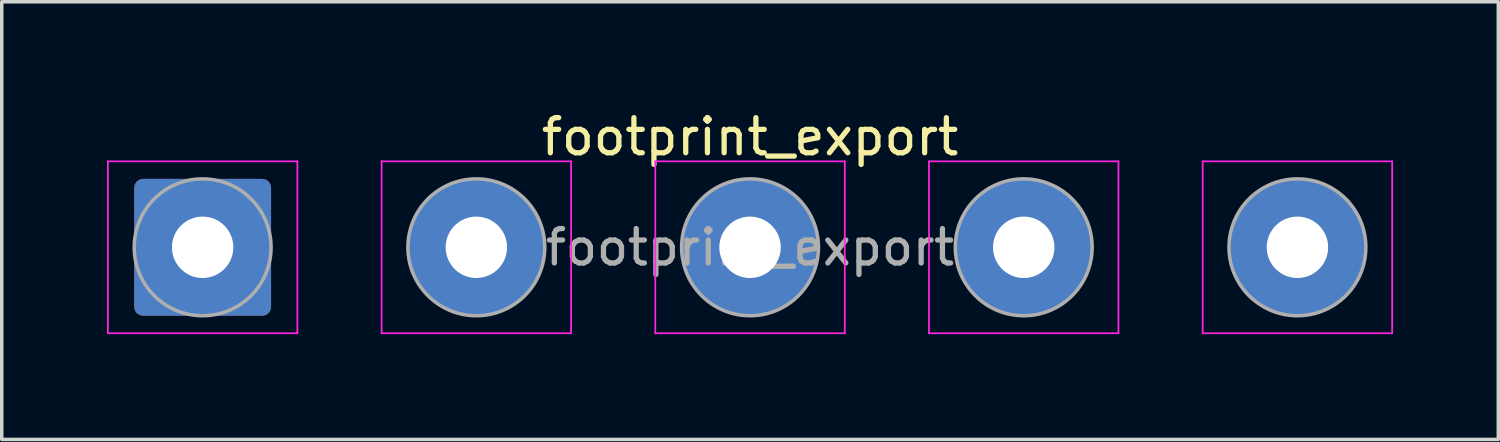
<source format=kicad_pcb>
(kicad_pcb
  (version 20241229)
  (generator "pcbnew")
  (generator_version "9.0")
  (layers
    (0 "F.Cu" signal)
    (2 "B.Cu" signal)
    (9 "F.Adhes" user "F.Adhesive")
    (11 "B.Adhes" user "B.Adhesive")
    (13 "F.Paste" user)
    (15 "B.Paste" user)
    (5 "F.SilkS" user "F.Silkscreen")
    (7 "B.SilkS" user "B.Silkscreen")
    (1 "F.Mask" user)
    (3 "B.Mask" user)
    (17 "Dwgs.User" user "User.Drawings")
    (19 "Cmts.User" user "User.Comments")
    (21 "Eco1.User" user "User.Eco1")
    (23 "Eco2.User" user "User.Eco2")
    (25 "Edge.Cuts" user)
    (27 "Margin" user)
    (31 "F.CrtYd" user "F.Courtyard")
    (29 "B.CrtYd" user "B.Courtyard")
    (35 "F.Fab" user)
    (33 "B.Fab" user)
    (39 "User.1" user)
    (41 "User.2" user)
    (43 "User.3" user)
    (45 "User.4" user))
  (footprint "footprint_export"
    (layer "F.Cu")
    (at 2.725 3.998)
    (property "Reference" "footprint_export" (at 15.6 -3.15 0) (layer "F.SilkS") (effects (font (size 1 1) (thickness 0.15))))
    (attr exclude_from_pos_files exclude_from_bom)
    (fp_line (start -2.7 -2.45) (end -2.7 2.45) (stroke (width 0.05) (type solid)) (layer "F.CrtYd"))
    (fp_line (start -2.7 2.45) (end 2.7 2.45) (stroke (width 0.05) (type solid)) (layer "F.CrtYd"))
    (fp_line (start 2.7 -2.45) (end -2.7 -2.45) (stroke (width 0.05) (type solid)) (layer "F.CrtYd"))
    (fp_line (start 2.7 2.45) (end 2.7 -2.45) (stroke (width 0.05) (type solid)) (layer "F.CrtYd"))
    (fp_line (start 5.1 -2.45) (end 5.1 2.45) (stroke (width 0.05) (type solid)) (layer "F.CrtYd"))
    (fp_line (start 5.1 2.45) (end 10.5 2.45) (stroke (width 0.05) (type solid)) (layer "F.CrtYd"))
    (fp_line (start 10.5 -2.45) (end 5.1 -2.45) (stroke (width 0.05) (type solid)) (layer "F.CrtYd"))
    (fp_line (start 10.5 2.45) (end 10.5 -2.45) (stroke (width 0.05) (type solid)) (layer "F.CrtYd"))
    (fp_line (start 12.9 -2.45) (end 12.9 2.45) (stroke (width 0.05) (type solid)) (layer "F.CrtYd"))
    (fp_line (start 12.9 2.45) (end 18.3 2.45) (stroke (width 0.05) (type solid)) (layer "F.CrtYd"))
    (fp_line (start 18.3 -2.45) (end 12.9 -2.45) (stroke (width 0.05) (type solid)) (layer "F.CrtYd"))
    (fp_line (start 18.3 2.45) (end 18.3 -2.45) (stroke (width 0.05) (type solid)) (layer "F.CrtYd"))
    (fp_line (start 20.7 -2.45) (end 20.7 2.45) (stroke (width 0.05) (type solid)) (layer "F.CrtYd"))
    (fp_line (start 20.7 2.45) (end 26.1 2.45) (stroke (width 0.05) (type solid)) (layer "F.CrtYd"))
    (fp_line (start 26.1 -2.45) (end 20.7 -2.45) (stroke (width 0.05) (type solid)) (layer "F.CrtYd"))
    (fp_line (start 26.1 2.45) (end 26.1 -2.45) (stroke (width 0.05) (type solid)) (layer "F.CrtYd"))
    (fp_line (start 28.5 -2.45) (end 28.5 2.45) (stroke (width 0.05) (type solid)) (layer "F.CrtYd"))
    (fp_line (start 28.5 2.45) (end 33.9 2.45) (stroke (width 0.05) (type solid)) (layer "F.CrtYd"))
    (fp_line (start 33.9 -2.45) (end 28.5 -2.45) (stroke (width 0.05) (type solid)) (layer "F.CrtYd"))
    (fp_line (start 33.9 2.45) (end 33.9 -2.45) (stroke (width 0.05) (type solid)) (layer "F.CrtYd"))
    (fp_circle (center 0 0) (end 1.95 0) (stroke (width 0.1) (type solid)) (fill no) (layer "F.Fab"))
    (fp_circle (center 7.8 0) (end 9.75 0) (stroke (width 0.1) (type solid)) (fill no) (layer "F.Fab"))
    (fp_circle (center 15.6 0) (end 17.55 0) (stroke (width 0.1) (type solid)) (fill no) (layer "F.Fab"))
    (fp_circle (center 23.4 0) (end 25.35 0) (stroke (width 0.1) (type solid)) (fill no) (layer "F.Fab"))
    (fp_circle (center 31.2 0) (end 33.15 0) (stroke (width 0.1) (type solid)) (fill no) (layer "F.Fab"))
    (fp_text user "${REFERENCE}" (at 15.6 0 0) (layer "F.Fab") (effects (font (size 0.98 0.98) (thickness 0.15))))
    (pad "1" thru_hole roundrect (at 0 0) (size 3.9 3.9) (drill 1.75) (layers "*.Cu" "*.Mask") (roundrect_rratio 0.064))
    (pad "2" thru_hole circle (at 7.8 0) (size 3.9 3.9) (drill 1.75) (layers "*.Cu" "*.Mask"))
    (pad "3" thru_hole circle (at 15.6 0) (size 3.9 3.9) (drill 1.75) (layers "*.Cu" "*.Mask"))
    (pad "4" thru_hole circle (at 23.4 0) (size 3.9 3.9) (drill 1.75) (layers "*.Cu" "*.Mask"))
    (pad "5" thru_hole circle (at 31.2 0) (size 3.9 3.9) (drill 1.75) (layers "*.Cu" "*.Mask")))
  (gr_rect
    (start -3 -3)
    (end 39.65 9.473)
    (stroke (width 0.1) (type default))
    (fill no)
    (layer "Edge.Cuts")))
</source>
